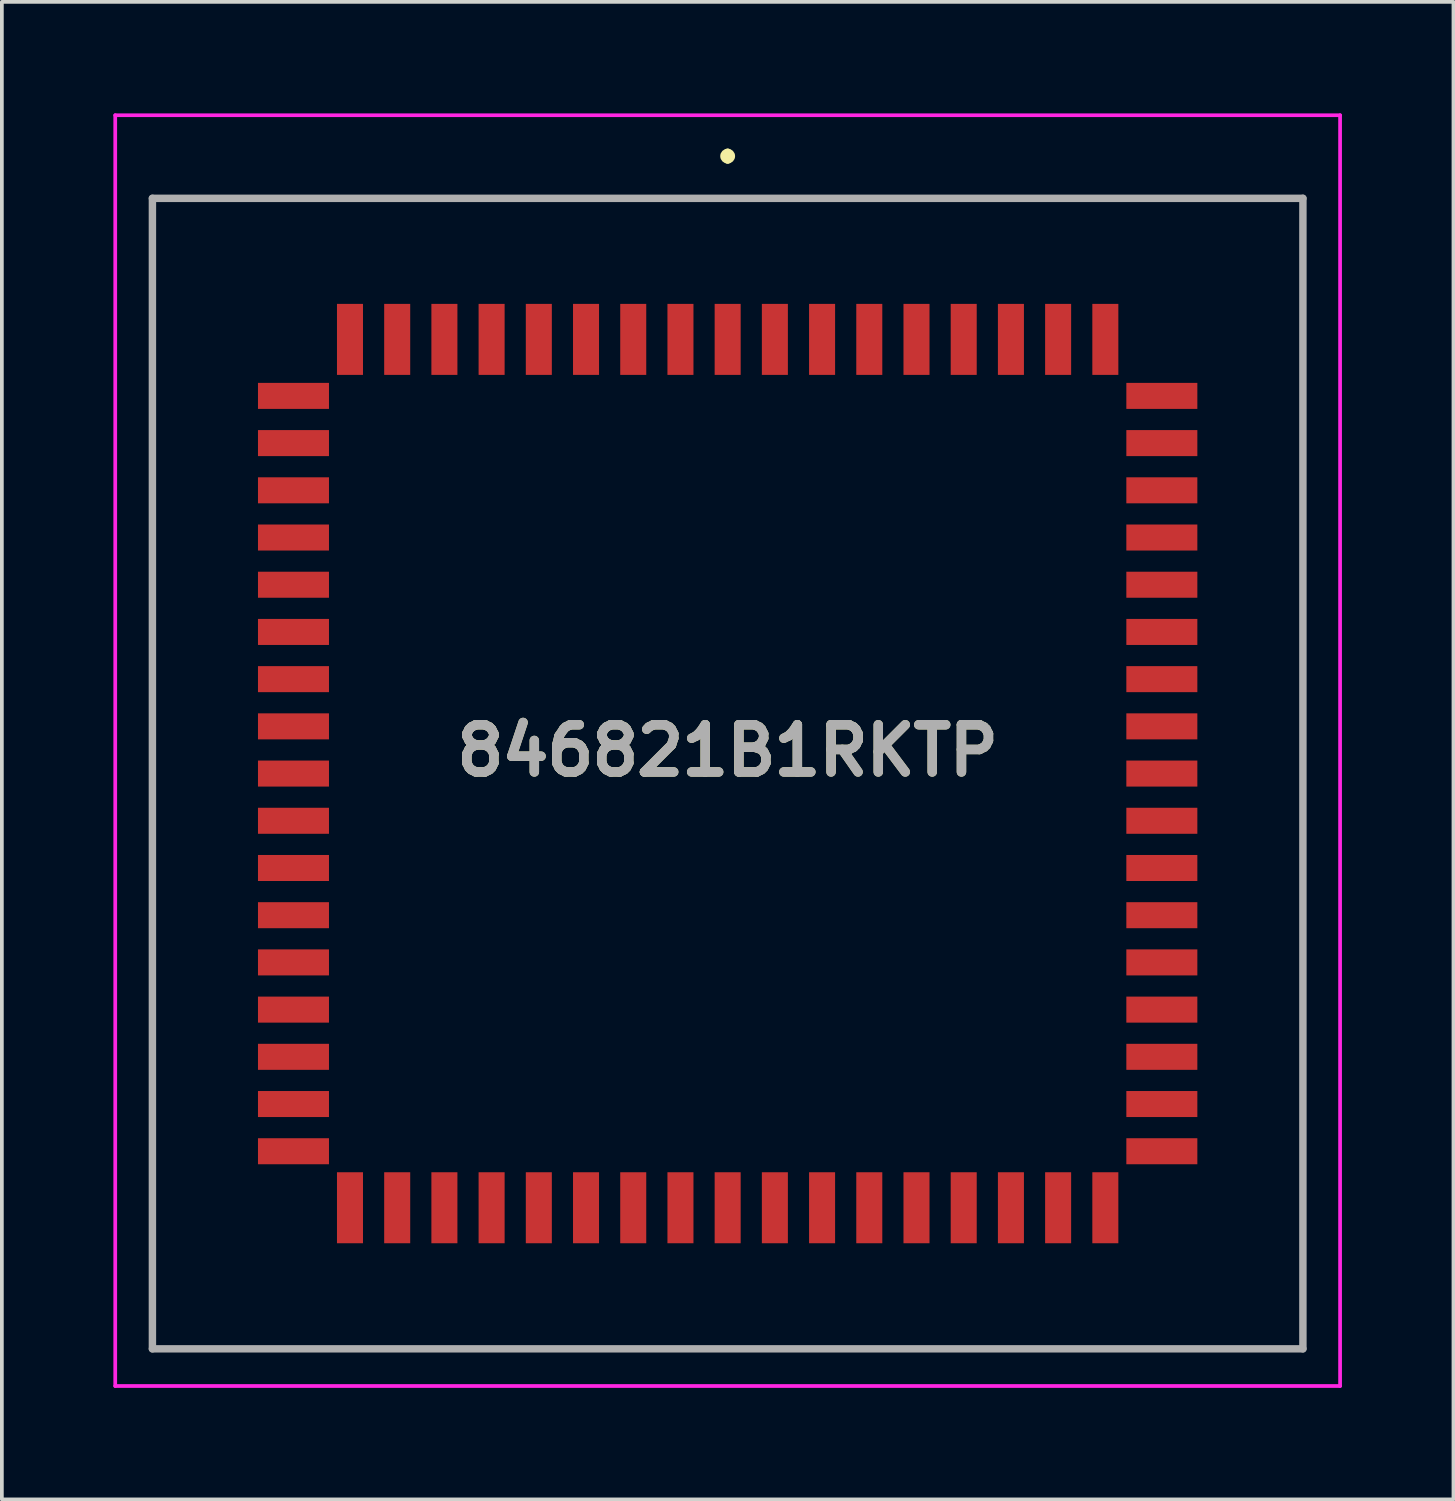
<source format=kicad_pcb>
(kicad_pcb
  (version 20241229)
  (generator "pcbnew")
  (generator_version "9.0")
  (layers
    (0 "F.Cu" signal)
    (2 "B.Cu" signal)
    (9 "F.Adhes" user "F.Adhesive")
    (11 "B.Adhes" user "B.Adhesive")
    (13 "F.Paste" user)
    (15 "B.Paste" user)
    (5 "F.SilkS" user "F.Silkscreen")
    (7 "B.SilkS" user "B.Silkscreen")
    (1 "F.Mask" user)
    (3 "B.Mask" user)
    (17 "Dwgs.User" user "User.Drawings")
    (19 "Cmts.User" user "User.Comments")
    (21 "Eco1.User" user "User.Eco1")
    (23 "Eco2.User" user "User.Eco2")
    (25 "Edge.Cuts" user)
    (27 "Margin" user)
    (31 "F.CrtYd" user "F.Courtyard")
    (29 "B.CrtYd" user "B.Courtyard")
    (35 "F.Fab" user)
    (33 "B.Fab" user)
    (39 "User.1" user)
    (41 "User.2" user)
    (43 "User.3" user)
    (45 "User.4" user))
  (footprint "846821B1RKTP"
    (layer "F.Cu")
    (at 16.525 17.76)
    (property "Reference" "846821B1RKTP" (at 0 -0.618 0) (layer "F.SilkS") (effects (font (size 1.27 1.27) (thickness 0.254))))
    (attr smd allow_soldermask_bridges)
    (fp_line (start -15.475 -15.475) (end 15.475 -15.475) (stroke (width 0.1) (type solid)) (layer "F.SilkS"))
    (fp_line (start -15.475 15.475) (end -15.475 -15.475) (stroke (width 0.1) (type solid)) (layer "F.SilkS"))
    (fp_line (start 0 -16.71) (end 0 -16.71) (stroke (width 0.2) (type solid)) (layer "F.SilkS"))
    (fp_line (start 0 -16.51) (end 0 -16.51) (stroke (width 0.2) (type solid)) (layer "F.SilkS"))
    (fp_line (start 15.475 -15.475) (end 15.475 15.475) (stroke (width 0.1) (type solid)) (layer "F.SilkS"))
    (fp_line (start 15.475 15.475) (end -15.475 15.475) (stroke (width 0.1) (type solid)) (layer "F.SilkS"))
    (fp_arc (start 0 -16.71) (mid 0.1 -16.61) (end 0 -16.51) (stroke (width 0.2) (type solid)) (layer "F.SilkS"))
    (fp_arc (start 0 -16.51) (mid -0.1 -16.61) (end 0 -16.71) (stroke (width 0.2) (type solid)) (layer "F.SilkS"))
    (fp_line (start -16.475 -17.71) (end 16.475 -17.71) (stroke (width 0.1) (type solid)) (layer "F.CrtYd"))
    (fp_line (start -16.475 16.475) (end -16.475 -17.71) (stroke (width 0.1) (type solid)) (layer "F.CrtYd"))
    (fp_line (start 16.475 -17.71) (end 16.475 16.475) (stroke (width 0.1) (type solid)) (layer "F.CrtYd"))
    (fp_line (start 16.475 16.475) (end -16.475 16.475) (stroke (width 0.1) (type solid)) (layer "F.CrtYd"))
    (fp_line (start -15.475 -15.475) (end 15.475 -15.475) (stroke (width 0.2) (type solid)) (layer "F.Fab"))
    (fp_line (start -15.475 15.475) (end -15.475 -15.475) (stroke (width 0.2) (type solid)) (layer "F.Fab"))
    (fp_line (start 15.475 -15.475) (end 15.475 15.475) (stroke (width 0.2) (type solid)) (layer "F.Fab"))
    (fp_line (start 15.475 15.475) (end -15.475 15.475) (stroke (width 0.2) (type solid)) (layer "F.Fab"))
    (fp_text user "${REFERENCE}" (at 0 -0.618 0) (layer "F.Fab") (effects (font (size 1.27 1.27) (thickness 0.254))))
    (pad "1" smd rect (at 0 -11.68) (size 0.7 1.91) (layers "F.Cu" "F.Mask" "F.Paste"))
    (pad "2" smd rect (at -1.27 -11.68) (size 0.7 1.91) (layers "F.Cu" "F.Mask" "F.Paste"))
    (pad "3" smd rect (at -2.54 -11.68) (size 0.7 1.91) (layers "F.Cu" "F.Mask" "F.Paste"))
    (pad "4" smd rect (at -3.81 -11.68) (size 0.7 1.91) (layers "F.Cu" "F.Mask" "F.Paste"))
    (pad "5" smd rect (at -5.08 -11.68) (size 0.7 1.91) (layers "F.Cu" "F.Mask" "F.Paste"))
    (pad "6" smd rect (at -6.35 -11.68) (size 0.7 1.91) (layers "F.Cu" "F.Mask" "F.Paste"))
    (pad "7" smd rect (at -7.62 -11.68) (size 0.7 1.91) (layers "F.Cu" "F.Mask" "F.Paste"))
    (pad "8" smd rect (at -8.89 -11.68) (size 0.7 1.91) (layers "F.Cu" "F.Mask" "F.Paste"))
    (pad "9" smd rect (at -10.16 -11.68) (size 0.7 1.91) (layers "F.Cu" "F.Mask" "F.Paste"))
    (pad "10" smd rect (at -11.68 -10.16 90) (size 0.7 1.91) (layers "F.Cu" "F.Mask" "F.Paste"))
    (pad "11" smd rect (at -11.68 -8.89 90) (size 0.7 1.91) (layers "F.Cu" "F.Mask" "F.Paste"))
    (pad "12" smd rect (at -11.68 -7.62 90) (size 0.7 1.91) (layers "F.Cu" "F.Mask" "F.Paste"))
    (pad "13" smd rect (at -11.68 -6.35 90) (size 0.7 1.91) (layers "F.Cu" "F.Mask" "F.Paste"))
    (pad "14" smd rect (at -11.68 -5.08 90) (size 0.7 1.91) (layers "F.Cu" "F.Mask" "F.Paste"))
    (pad "15" smd rect (at -11.68 -3.81 90) (size 0.7 1.91) (layers "F.Cu" "F.Mask" "F.Paste"))
    (pad "16" smd rect (at -11.68 -2.54 90) (size 0.7 1.91) (layers "F.Cu" "F.Mask" "F.Paste"))
    (pad "17" smd rect (at -11.68 -1.27 90) (size 0.7 1.91) (layers "F.Cu" "F.Mask" "F.Paste"))
    (pad "18" smd rect (at -11.68 0 90) (size 0.7 1.91) (layers "F.Cu" "F.Mask" "F.Paste"))
    (pad "19" smd rect (at -11.68 1.27 90) (size 0.7 1.91) (layers "F.Cu" "F.Mask" "F.Paste"))
    (pad "20" smd rect (at -11.68 2.54 90) (size 0.7 1.91) (layers "F.Cu" "F.Mask" "F.Paste"))
    (pad "21" smd rect (at -11.68 3.81 90) (size 0.7 1.91) (layers "F.Cu" "F.Mask" "F.Paste"))
    (pad "22" smd rect (at -11.68 5.08 90) (size 0.7 1.91) (layers "F.Cu" "F.Mask" "F.Paste"))
    (pad "23" smd rect (at -11.68 6.35 90) (size 0.7 1.91) (layers "F.Cu" "F.Mask" "F.Paste"))
    (pad "24" smd rect (at -11.68 7.62 90) (size 0.7 1.91) (layers "F.Cu" "F.Mask" "F.Paste"))
    (pad "25" smd rect (at -11.68 8.89 90) (size 0.7 1.91) (layers "F.Cu" "F.Mask" "F.Paste"))
    (pad "26" smd rect (at -11.68 10.16 90) (size 0.7 1.91) (layers "F.Cu" "F.Mask" "F.Paste"))
    (pad "27" smd rect (at -10.16 11.68) (size 0.7 1.91) (layers "F.Cu" "F.Mask" "F.Paste"))
    (pad "28" smd rect (at -8.89 11.68) (size 0.7 1.91) (layers "F.Cu" "F.Mask" "F.Paste"))
    (pad "29" smd rect (at -7.62 11.68) (size 0.7 1.91) (layers "F.Cu" "F.Mask" "F.Paste"))
    (pad "30" smd rect (at -6.35 11.68) (size 0.7 1.91) (layers "F.Cu" "F.Mask" "F.Paste"))
    (pad "31" smd rect (at -5.08 11.68) (size 0.7 1.91) (layers "F.Cu" "F.Mask" "F.Paste"))
    (pad "32" smd rect (at -3.81 11.68) (size 0.7 1.91) (layers "F.Cu" "F.Mask" "F.Paste"))
    (pad "33" smd rect (at -2.54 11.68) (size 0.7 1.91) (layers "F.Cu" "F.Mask" "F.Paste"))
    (pad "34" smd rect (at -1.27 11.68) (size 0.7 1.91) (layers "F.Cu" "F.Mask" "F.Paste"))
    (pad "35" smd rect (at 0 11.68) (size 0.7 1.91) (layers "F.Cu" "F.Mask" "F.Paste"))
    (pad "36" smd rect (at 1.27 11.68) (size 0.7 1.91) (layers "F.Cu" "F.Mask" "F.Paste"))
    (pad "37" smd rect (at 2.54 11.68) (size 0.7 1.91) (layers "F.Cu" "F.Mask" "F.Paste"))
    (pad "38" smd rect (at 3.81 11.68) (size 0.7 1.91) (layers "F.Cu" "F.Mask" "F.Paste"))
    (pad "39" smd rect (at 5.08 11.68) (size 0.7 1.91) (layers "F.Cu" "F.Mask" "F.Paste"))
    (pad "40" smd rect (at 6.35 11.68) (size 0.7 1.91) (layers "F.Cu" "F.Mask" "F.Paste"))
    (pad "41" smd rect (at 7.62 11.68) (size 0.7 1.91) (layers "F.Cu" "F.Mask" "F.Paste"))
    (pad "42" smd rect (at 8.89 11.68) (size 0.7 1.91) (layers "F.Cu" "F.Mask" "F.Paste"))
    (pad "43" smd rect (at 10.16 11.68) (size 0.7 1.91) (layers "F.Cu" "F.Mask" "F.Paste"))
    (pad "44" smd rect (at 11.68 10.16 90) (size 0.7 1.91) (layers "F.Cu" "F.Mask" "F.Paste"))
    (pad "45" smd rect (at 11.68 8.89 90) (size 0.7 1.91) (layers "F.Cu" "F.Mask" "F.Paste"))
    (pad "46" smd rect (at 11.68 7.62 90) (size 0.7 1.91) (layers "F.Cu" "F.Mask" "F.Paste"))
    (pad "47" smd rect (at 11.68 6.35 90) (size 0.7 1.91) (layers "F.Cu" "F.Mask" "F.Paste"))
    (pad "48" smd rect (at 11.68 5.08 90) (size 0.7 1.91) (layers "F.Cu" "F.Mask" "F.Paste"))
    (pad "49" smd rect (at 11.68 3.81 90) (size 0.7 1.91) (layers "F.Cu" "F.Mask" "F.Paste"))
    (pad "50" smd rect (at 11.68 2.54 90) (size 0.7 1.91) (layers "F.Cu" "F.Mask" "F.Paste"))
    (pad "51" smd rect (at 11.68 1.27 90) (size 0.7 1.91) (layers "F.Cu" "F.Mask" "F.Paste"))
    (pad "52" smd rect (at 11.68 0 90) (size 0.7 1.91) (layers "F.Cu" "F.Mask" "F.Paste"))
    (pad "53" smd rect (at 11.68 -1.27 90) (size 0.7 1.91) (layers "F.Cu" "F.Mask" "F.Paste"))
    (pad "54" smd rect (at 11.68 -2.54 90) (size 0.7 1.91) (layers "F.Cu" "F.Mask" "F.Paste"))
    (pad "55" smd rect (at 11.68 -3.81 90) (size 0.7 1.91) (layers "F.Cu" "F.Mask" "F.Paste"))
    (pad "56" smd rect (at 11.68 -5.08 90) (size 0.7 1.91) (layers "F.Cu" "F.Mask" "F.Paste"))
    (pad "57" smd rect (at 11.68 -6.35 90) (size 0.7 1.91) (layers "F.Cu" "F.Mask" "F.Paste"))
    (pad "58" smd rect (at 11.68 -7.62 90) (size 0.7 1.91) (layers "F.Cu" "F.Mask" "F.Paste"))
    (pad "59" smd rect (at 11.68 -8.89 90) (size 0.7 1.91) (layers "F.Cu" "F.Mask" "F.Paste"))
    (pad "60" smd rect (at 11.68 -10.16 90) (size 0.7 1.91) (layers "F.Cu" "F.Mask" "F.Paste"))
    (pad "61" smd rect (at 10.16 -11.68) (size 0.7 1.91) (layers "F.Cu" "F.Mask" "F.Paste"))
    (pad "62" smd rect (at 8.89 -11.68) (size 0.7 1.91) (layers "F.Cu" "F.Mask" "F.Paste"))
    (pad "63" smd rect (at 7.62 -11.68) (size 0.7 1.91) (layers "F.Cu" "F.Mask" "F.Paste"))
    (pad "64" smd rect (at 6.35 -11.68) (size 0.7 1.91) (layers "F.Cu" "F.Mask" "F.Paste"))
    (pad "65" smd rect (at 5.08 -11.68) (size 0.7 1.91) (layers "F.Cu" "F.Mask" "F.Paste"))
    (pad "66" smd rect (at 3.81 -11.68) (size 0.7 1.91) (layers "F.Cu" "F.Mask" "F.Paste"))
    (pad "67" smd rect (at 2.54 -11.68) (size 0.7 1.91) (layers "F.Cu" "F.Mask" "F.Paste"))
    (pad "68" smd rect (at 1.27 -11.68) (size 0.7 1.91) (layers "F.Cu" "F.Mask" "F.Paste")))
  (gr_rect
    (start -3 -3)
    (end 36.05 37.285)
    (stroke (width 0.1) (type default))
    (fill no)
    (layer "Edge.Cuts")))
</source>
